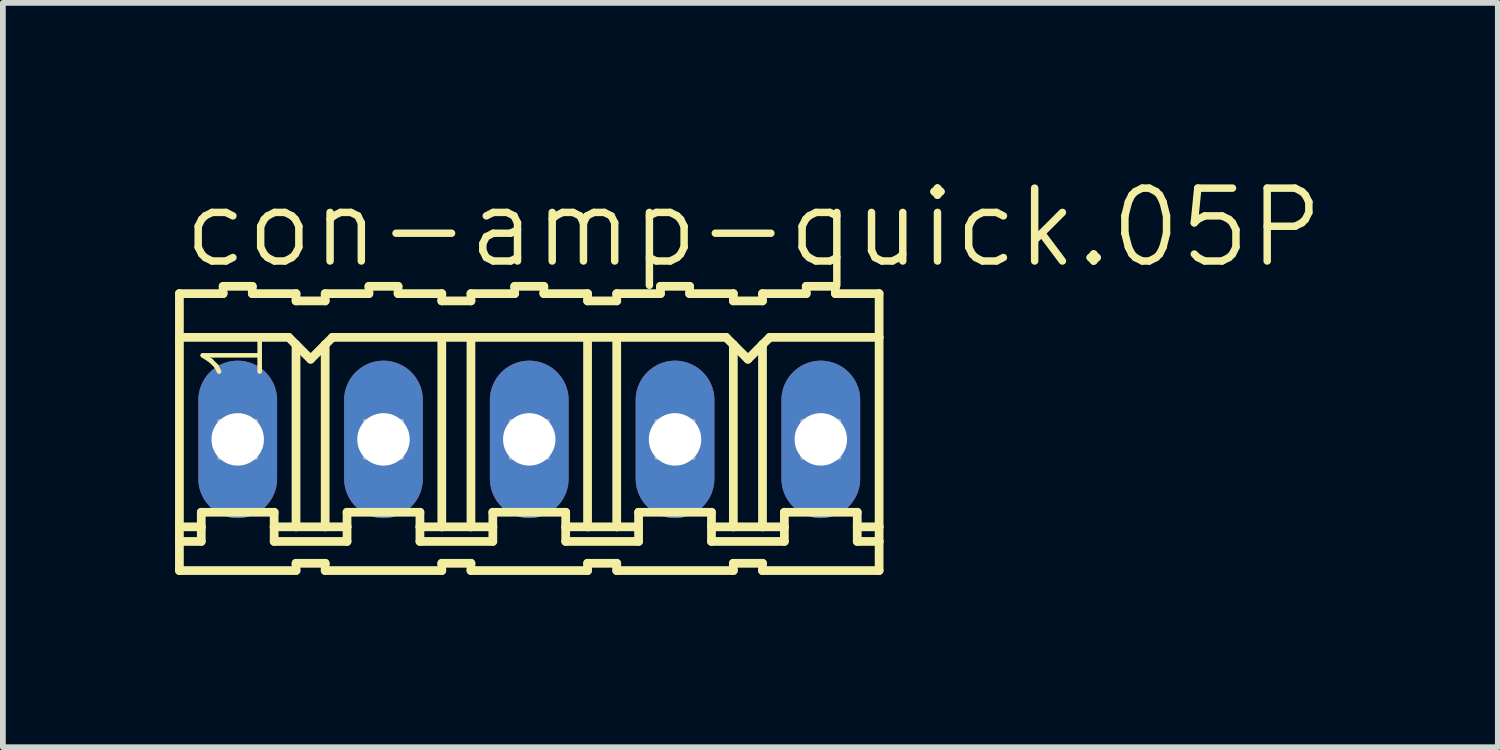
<source format=kicad_pcb>
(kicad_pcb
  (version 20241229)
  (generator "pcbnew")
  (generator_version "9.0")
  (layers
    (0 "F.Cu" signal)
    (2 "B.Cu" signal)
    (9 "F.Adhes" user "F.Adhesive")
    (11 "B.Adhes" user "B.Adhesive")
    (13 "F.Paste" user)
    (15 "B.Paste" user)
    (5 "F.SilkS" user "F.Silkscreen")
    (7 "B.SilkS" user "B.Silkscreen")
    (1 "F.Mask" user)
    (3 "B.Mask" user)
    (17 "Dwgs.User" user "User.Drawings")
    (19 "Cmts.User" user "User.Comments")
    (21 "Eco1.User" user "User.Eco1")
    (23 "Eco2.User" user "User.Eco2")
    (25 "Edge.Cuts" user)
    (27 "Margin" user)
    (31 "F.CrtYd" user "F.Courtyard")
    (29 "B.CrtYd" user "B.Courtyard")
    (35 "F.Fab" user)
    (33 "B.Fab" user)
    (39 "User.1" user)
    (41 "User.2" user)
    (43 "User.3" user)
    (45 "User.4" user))
  (footprint "con-amp-quick.05P"
    (layer "F.Cu")
    (at 6.172 4.606)
    (property "Reference" "con-amp-quick.05P" (at -6.096 -2.946 0) (layer "F.SilkS") (effects (font (size 1.27 1.27) (thickness 0.13)) (justify left bottom)))
    (attr through_hole)
    (fp_line (start -6.096 -2.54) (end -6.096 -1.778) (stroke (width 0.152) (type default)) (layer "F.SilkS"))
    (fp_line (start -6.096 -2.54) (end -5.334 -2.54) (stroke (width 0.152) (type default)) (layer "F.SilkS"))
    (fp_line (start -6.096 -1.778) (end -6.096 1.524) (stroke (width 0.152) (type default)) (layer "F.SilkS"))
    (fp_line (start -6.096 1.524) (end -6.096 1.778) (stroke (width 0.152) (type default)) (layer "F.SilkS"))
    (fp_line (start -6.096 1.778) (end -6.096 2.286) (stroke (width 0.152) (type default)) (layer "F.SilkS"))
    (fp_line (start -6.096 1.778) (end -5.715 1.778) (stroke (width 0.152) (type default)) (layer "F.SilkS"))
    (fp_line (start -5.715 1.27) (end -4.445 1.27) (stroke (width 0.152) (type default)) (layer "F.SilkS"))
    (fp_line (start -5.715 1.524) (end -6.096 1.524) (stroke (width 0.152) (type default)) (layer "F.SilkS"))
    (fp_line (start -5.715 1.524) (end -5.715 1.27) (stroke (width 0.152) (type default)) (layer "F.SilkS"))
    (fp_line (start -5.715 1.778) (end -5.715 1.524) (stroke (width 0.152) (type default)) (layer "F.SilkS"))
    (fp_line (start -5.334 -2.54) (end -5.334 -2.667) (stroke (width 0.152) (type default)) (layer "F.SilkS"))
    (fp_line (start -4.826 -2.667) (end -5.334 -2.667) (stroke (width 0.152) (type default)) (layer "F.SilkS"))
    (fp_line (start -4.826 -2.54) (end -4.826 -2.667) (stroke (width 0.152) (type default)) (layer "F.SilkS"))
    (fp_line (start -4.445 1.524) (end -4.445 1.27) (stroke (width 0.152) (type default)) (layer "F.SilkS"))
    (fp_line (start -4.445 1.524) (end -4.064 1.524) (stroke (width 0.152) (type default)) (layer "F.SilkS"))
    (fp_line (start -4.445 1.778) (end -4.445 1.524) (stroke (width 0.152) (type default)) (layer "F.SilkS"))
    (fp_line (start -4.191 -1.778) (end -6.096 -1.778) (stroke (width 0.152) (type default)) (layer "F.SilkS"))
    (fp_line (start -4.191 -1.778) (end -4.064 -1.651) (stroke (width 0.152) (type default)) (layer "F.SilkS"))
    (fp_line (start -4.064 -2.54) (end -4.826 -2.54) (stroke (width 0.152) (type default)) (layer "F.SilkS"))
    (fp_line (start -4.064 -2.413) (end -4.064 -2.54) (stroke (width 0.152) (type default)) (layer "F.SilkS"))
    (fp_line (start -4.064 -2.413) (end -3.556 -2.413) (stroke (width 0.152) (type default)) (layer "F.SilkS"))
    (fp_line (start -4.064 -1.651) (end -4.064 1.524) (stroke (width 0.152) (type default)) (layer "F.SilkS"))
    (fp_line (start -4.064 -1.651) (end -3.81 -1.397) (stroke (width 0.152) (type default)) (layer "F.SilkS"))
    (fp_line (start -4.064 1.524) (end -3.556 1.524) (stroke (width 0.152) (type default)) (layer "F.SilkS"))
    (fp_line (start -4.064 2.159) (end -4.064 2.286) (stroke (width 0.152) (type default)) (layer "F.SilkS"))
    (fp_line (start -4.064 2.286) (end -6.096 2.286) (stroke (width 0.152) (type default)) (layer "F.SilkS"))
    (fp_line (start -3.81 -1.397) (end -3.556 -1.651) (stroke (width 0.152) (type default)) (layer "F.SilkS"))
    (fp_line (start -3.556 -2.54) (end -2.794 -2.54) (stroke (width 0.152) (type default)) (layer "F.SilkS"))
    (fp_line (start -3.556 -2.413) (end -3.556 -2.54) (stroke (width 0.152) (type default)) (layer "F.SilkS"))
    (fp_line (start -3.556 -1.651) (end -3.556 1.524) (stroke (width 0.152) (type default)) (layer "F.SilkS"))
    (fp_line (start -3.556 -1.651) (end -3.429 -1.778) (stroke (width 0.152) (type default)) (layer "F.SilkS"))
    (fp_line (start -3.556 1.524) (end -3.175 1.524) (stroke (width 0.152) (type default)) (layer "F.SilkS"))
    (fp_line (start -3.556 2.159) (end -4.064 2.159) (stroke (width 0.152) (type default)) (layer "F.SilkS"))
    (fp_line (start -3.556 2.159) (end -3.556 2.286) (stroke (width 0.152) (type default)) (layer "F.SilkS"))
    (fp_line (start -3.556 2.286) (end -1.524 2.286) (stroke (width 0.152) (type default)) (layer "F.SilkS"))
    (fp_line (start -3.429 -1.778) (end -1.524 -1.778) (stroke (width 0.152) (type default)) (layer "F.SilkS"))
    (fp_line (start -3.175 1.27) (end -1.905 1.27) (stroke (width 0.152) (type default)) (layer "F.SilkS"))
    (fp_line (start -3.175 1.524) (end -3.175 1.27) (stroke (width 0.152) (type default)) (layer "F.SilkS"))
    (fp_line (start -3.175 1.778) (end -4.445 1.778) (stroke (width 0.152) (type default)) (layer "F.SilkS"))
    (fp_line (start -3.175 1.778) (end -3.175 1.524) (stroke (width 0.152) (type default)) (layer "F.SilkS"))
    (fp_line (start -2.794 -2.54) (end -2.794 -2.667) (stroke (width 0.152) (type default)) (layer "F.SilkS"))
    (fp_line (start -2.286 -2.667) (end -2.794 -2.667) (stroke (width 0.152) (type default)) (layer "F.SilkS"))
    (fp_line (start -2.286 -2.54) (end -2.286 -2.667) (stroke (width 0.152) (type default)) (layer "F.SilkS"))
    (fp_line (start -2.286 -2.54) (end -1.524 -2.54) (stroke (width 0.152) (type default)) (layer "F.SilkS"))
    (fp_line (start -1.905 1.524) (end -1.905 1.27) (stroke (width 0.152) (type default)) (layer "F.SilkS"))
    (fp_line (start -1.905 1.524) (end -1.524 1.524) (stroke (width 0.152) (type default)) (layer "F.SilkS"))
    (fp_line (start -1.905 1.778) (end -1.905 1.524) (stroke (width 0.152) (type default)) (layer "F.SilkS"))
    (fp_line (start -1.905 1.778) (end -0.635 1.778) (stroke (width 0.152) (type default)) (layer "F.SilkS"))
    (fp_line (start -1.524 -2.413) (end -1.524 -2.54) (stroke (width 0.152) (type default)) (layer "F.SilkS"))
    (fp_line (start -1.524 -1.778) (end -1.524 1.524) (stroke (width 0.152) (type default)) (layer "F.SilkS"))
    (fp_line (start -1.524 -1.778) (end -1.016 -1.778) (stroke (width 0.152) (type default)) (layer "F.SilkS"))
    (fp_line (start -1.524 1.524) (end -1.016 1.524) (stroke (width 0.152) (type default)) (layer "F.SilkS"))
    (fp_line (start -1.524 2.159) (end -1.524 2.286) (stroke (width 0.152) (type default)) (layer "F.SilkS"))
    (fp_line (start -1.016 -2.54) (end -0.254 -2.54) (stroke (width 0.152) (type default)) (layer "F.SilkS"))
    (fp_line (start -1.016 -2.413) (end -1.524 -2.413) (stroke (width 0.152) (type default)) (layer "F.SilkS"))
    (fp_line (start -1.016 -2.413) (end -1.016 -2.54) (stroke (width 0.152) (type default)) (layer "F.SilkS"))
    (fp_line (start -1.016 -1.778) (end -1.016 1.524) (stroke (width 0.152) (type default)) (layer "F.SilkS"))
    (fp_line (start -1.016 -1.778) (end 1.016 -1.778) (stroke (width 0.152) (type default)) (layer "F.SilkS"))
    (fp_line (start -1.016 1.524) (end -0.635 1.524) (stroke (width 0.152) (type default)) (layer "F.SilkS"))
    (fp_line (start -1.016 2.159) (end -1.524 2.159) (stroke (width 0.152) (type default)) (layer "F.SilkS"))
    (fp_line (start -1.016 2.159) (end -1.016 2.286) (stroke (width 0.152) (type default)) (layer "F.SilkS"))
    (fp_line (start -0.635 1.27) (end 0.635 1.27) (stroke (width 0.152) (type default)) (layer "F.SilkS"))
    (fp_line (start -0.635 1.524) (end -0.635 1.27) (stroke (width 0.152) (type default)) (layer "F.SilkS"))
    (fp_line (start -0.635 1.778) (end -0.635 1.524) (stroke (width 0.152) (type default)) (layer "F.SilkS"))
    (fp_line (start -0.254 -2.54) (end -0.254 -2.667) (stroke (width 0.152) (type default)) (layer "F.SilkS"))
    (fp_line (start 0.254 -2.667) (end -0.254 -2.667) (stroke (width 0.152) (type default)) (layer "F.SilkS"))
    (fp_line (start 0.254 -2.54) (end 0.254 -2.667) (stroke (width 0.152) (type default)) (layer "F.SilkS"))
    (fp_line (start 0.254 -2.54) (end 1.016 -2.54) (stroke (width 0.152) (type default)) (layer "F.SilkS"))
    (fp_line (start 0.635 1.524) (end 0.635 1.27) (stroke (width 0.152) (type default)) (layer "F.SilkS"))
    (fp_line (start 0.635 1.524) (end 1.016 1.524) (stroke (width 0.152) (type default)) (layer "F.SilkS"))
    (fp_line (start 0.635 1.778) (end 0.635 1.524) (stroke (width 0.152) (type default)) (layer "F.SilkS"))
    (fp_line (start 1.016 -2.54) (end 1.016 -2.413) (stroke (width 0.152) (type default)) (layer "F.SilkS"))
    (fp_line (start 1.016 -1.778) (end 1.016 1.524) (stroke (width 0.152) (type default)) (layer "F.SilkS"))
    (fp_line (start 1.016 2.159) (end 1.016 2.286) (stroke (width 0.152) (type default)) (layer "F.SilkS"))
    (fp_line (start 1.016 2.286) (end -1.016 2.286) (stroke (width 0.152) (type default)) (layer "F.SilkS"))
    (fp_line (start 1.524 -2.54) (end 1.524 -2.413) (stroke (width 0.152) (type default)) (layer "F.SilkS"))
    (fp_line (start 1.524 -2.54) (end 2.286 -2.54) (stroke (width 0.152) (type default)) (layer "F.SilkS"))
    (fp_line (start 1.524 -2.413) (end 1.016 -2.413) (stroke (width 0.152) (type default)) (layer "F.SilkS"))
    (fp_line (start 1.524 -1.778) (end 1.016 -1.778) (stroke (width 0.152) (type default)) (layer "F.SilkS"))
    (fp_line (start 1.524 -1.778) (end 1.524 1.524) (stroke (width 0.152) (type default)) (layer "F.SilkS"))
    (fp_line (start 1.524 -1.778) (end 3.429 -1.778) (stroke (width 0.152) (type default)) (layer "F.SilkS"))
    (fp_line (start 1.524 1.524) (end 1.016 1.524) (stroke (width 0.152) (type default)) (layer "F.SilkS"))
    (fp_line (start 1.524 2.159) (end 1.016 2.159) (stroke (width 0.152) (type default)) (layer "F.SilkS"))
    (fp_line (start 1.524 2.159) (end 1.524 2.286) (stroke (width 0.152) (type default)) (layer "F.SilkS"))
    (fp_line (start 1.524 2.286) (end 3.556 2.286) (stroke (width 0.152) (type default)) (layer "F.SilkS"))
    (fp_line (start 1.905 1.27) (end 3.175 1.27) (stroke (width 0.152) (type default)) (layer "F.SilkS"))
    (fp_line (start 1.905 1.524) (end 1.524 1.524) (stroke (width 0.152) (type default)) (layer "F.SilkS"))
    (fp_line (start 1.905 1.524) (end 1.905 1.27) (stroke (width 0.152) (type default)) (layer "F.SilkS"))
    (fp_line (start 1.905 1.778) (end 0.635 1.778) (stroke (width 0.152) (type default)) (layer "F.SilkS"))
    (fp_line (start 1.905 1.778) (end 1.905 1.524) (stroke (width 0.152) (type default)) (layer "F.SilkS"))
    (fp_line (start 2.286 -2.54) (end 2.286 -2.667) (stroke (width 0.152) (type default)) (layer "F.SilkS"))
    (fp_line (start 2.794 -2.667) (end 2.286 -2.667) (stroke (width 0.152) (type default)) (layer "F.SilkS"))
    (fp_line (start 2.794 -2.54) (end 2.794 -2.667) (stroke (width 0.152) (type default)) (layer "F.SilkS"))
    (fp_line (start 2.794 -2.54) (end 3.556 -2.54) (stroke (width 0.152) (type default)) (layer "F.SilkS"))
    (fp_line (start 3.175 1.524) (end 3.175 1.27) (stroke (width 0.152) (type default)) (layer "F.SilkS"))
    (fp_line (start 3.175 1.524) (end 3.556 1.524) (stroke (width 0.152) (type default)) (layer "F.SilkS"))
    (fp_line (start 3.175 1.778) (end 3.175 1.524) (stroke (width 0.152) (type default)) (layer "F.SilkS"))
    (fp_line (start 3.175 1.778) (end 4.445 1.778) (stroke (width 0.152) (type default)) (layer "F.SilkS"))
    (fp_line (start 3.429 -1.778) (end 3.556 -1.651) (stroke (width 0.152) (type default)) (layer "F.SilkS"))
    (fp_line (start 3.556 -2.413) (end 3.556 -2.54) (stroke (width 0.152) (type default)) (layer "F.SilkS"))
    (fp_line (start 3.556 -1.651) (end 3.556 1.524) (stroke (width 0.152) (type default)) (layer "F.SilkS"))
    (fp_line (start 3.556 -1.651) (end 3.81 -1.397) (stroke (width 0.152) (type default)) (layer "F.SilkS"))
    (fp_line (start 3.556 1.524) (end 4.064 1.524) (stroke (width 0.152) (type default)) (layer "F.SilkS"))
    (fp_line (start 3.556 2.159) (end 3.556 2.286) (stroke (width 0.152) (type default)) (layer "F.SilkS"))
    (fp_line (start 3.81 -1.397) (end 4.064 -1.651) (stroke (width 0.152) (type default)) (layer "F.SilkS"))
    (fp_line (start 4.064 -2.54) (end 4.826 -2.54) (stroke (width 0.152) (type default)) (layer "F.SilkS"))
    (fp_line (start 4.064 -2.413) (end 3.556 -2.413) (stroke (width 0.152) (type default)) (layer "F.SilkS"))
    (fp_line (start 4.064 -2.413) (end 4.064 -2.54) (stroke (width 0.152) (type default)) (layer "F.SilkS"))
    (fp_line (start 4.064 -1.651) (end 4.064 1.524) (stroke (width 0.152) (type default)) (layer "F.SilkS"))
    (fp_line (start 4.064 -1.651) (end 4.191 -1.778) (stroke (width 0.152) (type default)) (layer "F.SilkS"))
    (fp_line (start 4.064 1.524) (end 4.445 1.524) (stroke (width 0.152) (type default)) (layer "F.SilkS"))
    (fp_line (start 4.064 2.159) (end 3.556 2.159) (stroke (width 0.152) (type default)) (layer "F.SilkS"))
    (fp_line (start 4.064 2.159) (end 4.064 2.286) (stroke (width 0.152) (type default)) (layer "F.SilkS"))
    (fp_line (start 4.191 -1.778) (end 6.096 -1.778) (stroke (width 0.152) (type default)) (layer "F.SilkS"))
    (fp_line (start 4.445 1.27) (end 5.715 1.27) (stroke (width 0.152) (type default)) (layer "F.SilkS"))
    (fp_line (start 4.445 1.524) (end 4.445 1.27) (stroke (width 0.152) (type default)) (layer "F.SilkS"))
    (fp_line (start 4.445 1.778) (end 4.445 1.524) (stroke (width 0.152) (type default)) (layer "F.SilkS"))
    (fp_line (start 4.826 -2.54) (end 4.826 -2.667) (stroke (width 0.152) (type default)) (layer "F.SilkS"))
    (fp_line (start 5.334 -2.667) (end 4.826 -2.667) (stroke (width 0.152) (type default)) (layer "F.SilkS"))
    (fp_line (start 5.334 -2.54) (end 5.334 -2.667) (stroke (width 0.152) (type default)) (layer "F.SilkS"))
    (fp_line (start 5.334 -2.54) (end 6.096 -2.54) (stroke (width 0.152) (type default)) (layer "F.SilkS"))
    (fp_line (start 5.715 1.524) (end 5.715 1.27) (stroke (width 0.152) (type default)) (layer "F.SilkS"))
    (fp_line (start 5.715 1.524) (end 6.096 1.524) (stroke (width 0.152) (type default)) (layer "F.SilkS"))
    (fp_line (start 5.715 1.778) (end 5.715 1.524) (stroke (width 0.152) (type default)) (layer "F.SilkS"))
    (fp_line (start 6.096 -1.778) (end 6.096 -2.54) (stroke (width 0.152) (type default)) (layer "F.SilkS"))
    (fp_line (start 6.096 -1.778) (end 6.096 1.524) (stroke (width 0.152) (type default)) (layer "F.SilkS"))
    (fp_line (start 6.096 1.524) (end 6.096 1.778) (stroke (width 0.152) (type default)) (layer "F.SilkS"))
    (fp_line (start 6.096 1.778) (end 5.715 1.778) (stroke (width 0.152) (type default)) (layer "F.SilkS"))
    (fp_line (start 6.096 1.778) (end 6.096 2.286) (stroke (width 0.152) (type default)) (layer "F.SilkS"))
    (fp_line (start 6.096 2.286) (end 4.064 2.286) (stroke (width 0.152) (type default)) (layer "F.SilkS"))
    (fp_rect (start -5.41 0.33) (end -4.75 -0.33) (stroke (width 0.05) (type default)) (fill no) (layer "F.Fab"))
    (fp_rect (start -2.87 0.33) (end -2.21 -0.33) (stroke (width 0.05) (type default)) (fill no) (layer "F.Fab"))
    (fp_rect (start -0.33 0.33) (end 0.33 -0.33) (stroke (width 0.05) (type default)) (fill no) (layer "F.Fab"))
    (fp_rect (start 2.21 0.33) (end 2.87 -0.33) (stroke (width 0.05) (type default)) (fill no) (layer "F.Fab"))
    (fp_rect (start 4.75 0.33) (end 5.41 -0.33) (stroke (width 0.05) (type default)) (fill no) (layer "F.Fab"))
    (fp_text user "1" (at -4.572 -0.94 90) (layer "F.SilkS") (effects (font (size 0.991 0.991) (thickness 0.08)) (justify left bottom)))
    (pad "1" thru_hole oval (at -5.08 0 90) (size 2.743 1.372) (drill 0.914) (layers "*.Cu" "*.Mask"))
    (pad "2" thru_hole oval (at -2.54 0 90) (size 2.743 1.372) (drill 0.914) (layers "*.Cu" "*.Mask"))
    (pad "3" thru_hole oval (at 0 0 90) (size 2.743 1.372) (drill 0.914) (layers "*.Cu" "*.Mask"))
    (pad "4" thru_hole oval (at 2.54 0 90) (size 2.743 1.372) (drill 0.914) (layers "*.Cu" "*.Mask"))
    (pad "5" thru_hole oval (at 5.08 0 90) (size 2.743 1.372) (drill 0.914) (layers "*.Cu" "*.Mask")))
  (gr_rect
    (start -3 -3)
    (end 23.048 9.969)
    (stroke (width 0.1) (type default))
    (fill no)
    (layer "Edge.Cuts")))
</source>
